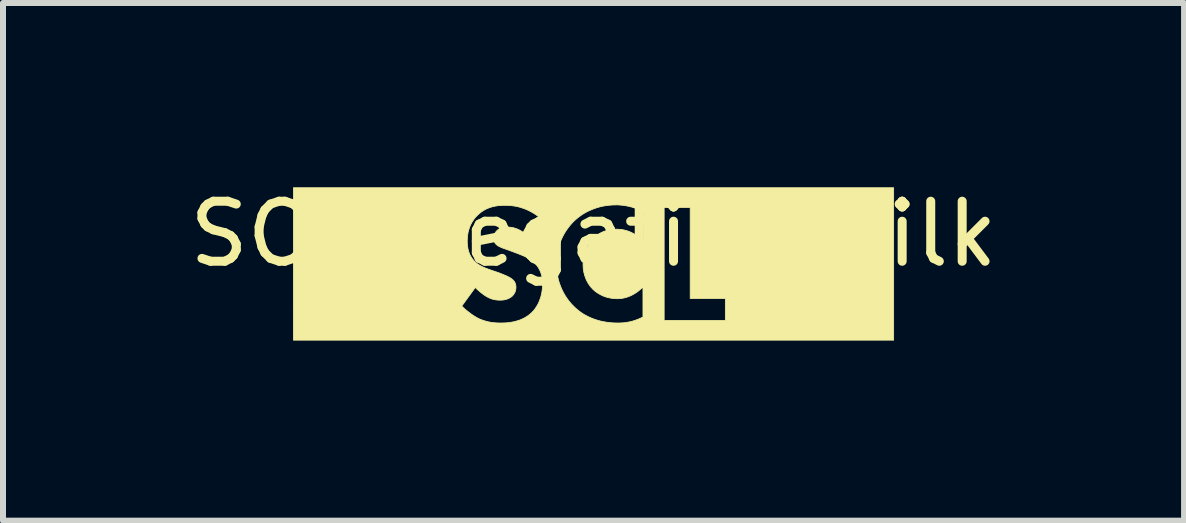
<source format=kicad_pcb>
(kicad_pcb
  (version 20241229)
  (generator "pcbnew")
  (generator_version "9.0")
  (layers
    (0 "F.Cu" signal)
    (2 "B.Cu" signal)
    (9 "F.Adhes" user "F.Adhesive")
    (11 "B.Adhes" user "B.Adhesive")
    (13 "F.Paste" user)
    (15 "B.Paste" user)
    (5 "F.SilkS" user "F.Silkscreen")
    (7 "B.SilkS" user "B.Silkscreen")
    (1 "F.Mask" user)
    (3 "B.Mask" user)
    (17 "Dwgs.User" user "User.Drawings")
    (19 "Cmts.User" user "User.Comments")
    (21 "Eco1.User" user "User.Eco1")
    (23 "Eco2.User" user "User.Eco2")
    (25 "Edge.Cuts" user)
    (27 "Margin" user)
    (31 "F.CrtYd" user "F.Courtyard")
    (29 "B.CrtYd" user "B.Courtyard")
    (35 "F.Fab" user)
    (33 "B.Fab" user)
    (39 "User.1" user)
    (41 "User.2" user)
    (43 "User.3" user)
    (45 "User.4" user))
  (footprint "SCL_Negative_Silk"
    (layer "F.Cu")
    (at 6.839 1.348)
    (property "Reference" "SCL_Negative_Silk" (at 0 -0.5 0) (unlocked yes) (layer "F.SilkS") (effects (font (size 1 1) (thickness 0.15))))
    (fp_poly (pts (xy 5.001 1.27) (xy -5 1.27) (xy -5 0.702) (xy -2.195 0.702) (xy -2.167 0.729) (xy -2.136 0.757) (xy -2.102 0.785) (xy -2.067 0.812) (xy -2.031 0.839) (xy -2.012 0.852) (xy -1.994 0.864) (xy -1.975 0.875) (xy -1.957 0.887) (xy -1.938 0.897) (xy -1.92 0.907) (xy -1.898 0.917) (xy -1.875 0.926) (xy -1.853 0.935) (xy -1.83 0.943) (xy -1.807 0.95) (xy -1.785 0.956) (xy -1.762 0.962) (xy -1.739 0.967) (xy -1.715 0.971) (xy -1.692 0.975) (xy -1.668 0.978) (xy -1.644 0.98) (xy -1.62 0.982) (xy -1.596 0.983) (xy -1.571 0.984) (xy -1.546 0.984) (xy -1.495 0.983) (xy -1.466 0.982) (xy -1.434 0.979) (xy -1.401 0.976) (xy -1.367 0.97) (xy -1.332 0.964) (xy -1.296 0.955) (xy -1.259 0.944) (xy -1.222 0.932) (xy -1.186 0.916) (xy -1.149 0.898) (xy -1.114 0.877) (xy -1.096 0.865) (xy -1.079 0.853) (xy -1.062 0.839) (xy -1.046 0.825) (xy -1.029 0.81) (xy -1.014 0.794) (xy -0.995 0.774) (xy -0.978 0.752) (xy -0.962 0.729) (xy -0.946 0.705) (xy -0.931 0.679) (xy -0.918 0.653) (xy -0.905 0.625) (xy -0.894 0.595) (xy -0.883 0.565) (xy -0.874 0.534) (xy -0.866 0.501) (xy -0.86 0.468) (xy -0.855 0.434) (xy -0.851 0.4) (xy -0.849 0.364) (xy -0.848 0.328) (xy -0.848 0.307) (xy -0.849 0.286) (xy -0.851 0.264) (xy -0.854 0.242) (xy -0.858 0.22) (xy -0.863 0.197) (xy -0.868 0.175) (xy -0.876 0.152) (xy -0.884 0.13) (xy -0.894 0.107) (xy -0.905 0.085) (xy -0.918 0.063) (xy -0.932 0.041) (xy -0.948 0.02) (xy -0.966 -0.001) (xy -0.968 -0.004) (xy -0.619 -0.004) (xy -0.617 0.052) (xy -0.613 0.107) (xy -0.606 0.16) (xy -0.597 0.212) (xy -0.585 0.262) (xy -0.571 0.311) (xy -0.554 0.358) (xy -0.536 0.404) (xy -0.515 0.449) (xy -0.493 0.491) (xy -0.469 0.532) (xy -0.443 0.571) (xy -0.416 0.609) (xy -0.387 0.644) (xy -0.357 0.678) (xy -0.326 0.709) (xy -0.296 0.738) (xy -0.264 0.765) (xy -0.23 0.792) (xy -0.194 0.818) (xy -0.156 0.842) (xy -0.115 0.864) (xy -0.073 0.885) (xy -0.028 0.905) (xy 0.018 0.922) (xy 0.067 0.938) (xy 0.119 0.952) (xy 0.172 0.963) (xy 0.228 0.972) (xy 0.287 0.979) (xy 0.348 0.983) (xy 0.412 0.984) (xy 0.455 0.983) (xy 0.501 0.98) (xy 0.525 0.978) (xy 0.549 0.974) (xy 0.574 0.97) (xy 0.6 0.965) (xy 0.626 0.959) (xy 0.653 0.952) (xy 0.681 0.943) (xy 0.684 0.942) (xy 1.177 0.942) (xy 2.197 0.942) (xy 2.197 0.575) (xy 1.611 0.575) (xy 1.611 -0.942) (xy 1.177 -0.942) (xy 1.177 0.942) (xy 0.684 0.942) (xy 0.709 0.934) (xy 0.738 0.923) (xy 0.767 0.911) (xy 0.797 0.897) (xy 0.821 0.885) (xy 0.824 0.885) (xy 0.828 0.882) (xy 0.824 0.884) (xy 0.824 0.885) (xy 0.821 0.885) (xy 0.824 0.884) (xy 0.824 0.385) (xy 0.793 0.413) (xy 0.763 0.439) (xy 0.733 0.463) (xy 0.703 0.483) (xy 0.674 0.501) (xy 0.645 0.517) (xy 0.617 0.531) (xy 0.589 0.542) (xy 0.562 0.552) (xy 0.536 0.56) (xy 0.51 0.566) (xy 0.486 0.571) (xy 0.461 0.575) (xy 0.438 0.577) (xy 0.416 0.578) (xy 0.394 0.579) (xy 0.373 0.578) (xy 0.352 0.577) (xy 0.332 0.576) (xy 0.312 0.573) (xy 0.293 0.571) (xy 0.275 0.567) (xy 0.257 0.563) (xy 0.239 0.559) (xy 0.222 0.555) (xy 0.206 0.55) (xy 0.19 0.544) (xy 0.175 0.539) (xy 0.16 0.533) (xy 0.146 0.527) (xy 0.133 0.52) (xy 0.12 0.514) (xy 0.095 0.5) (xy 0.073 0.487) (xy 0.053 0.474) (xy 0.036 0.461) (xy 0.02 0.449) (xy 0.007 0.438) (xy -0.003 0.428) (xy -0.012 0.42) (xy -0.027 0.403) (xy -0.043 0.386) (xy -0.058 0.367) (xy -0.073 0.346) (xy -0.087 0.325) (xy -0.1 0.302) (xy -0.113 0.278) (xy -0.125 0.253) (xy -0.135 0.226) (xy -0.145 0.198) (xy -0.153 0.169) (xy -0.161 0.139) (xy -0.166 0.107) (xy -0.171 0.074) (xy -0.173 0.039) (xy -0.174 0.004) (xy -0.173 -0.03) (xy -0.171 -0.063) (xy -0.167 -0.095) (xy -0.161 -0.126) (xy -0.154 -0.156) (xy -0.146 -0.186) (xy -0.136 -0.215) (xy -0.125 -0.243) (xy -0.113 -0.27) (xy -0.1 -0.296) (xy -0.085 -0.321) (xy -0.07 -0.345) (xy -0.053 -0.368) (xy -0.036 -0.39) (xy -0.017 -0.411) (xy 0.002 -0.43) (xy 0.021 -0.448) (xy 0.041 -0.465) (xy 0.061 -0.481) (xy 0.082 -0.495) (xy 0.103 -0.509) (xy 0.126 -0.521) (xy 0.149 -0.532) (xy 0.172 -0.542) (xy 0.196 -0.55) (xy 0.222 -0.558) (xy 0.247 -0.564) (xy 0.274 -0.569) (xy 0.301 -0.573) (xy 0.329 -0.576) (xy 0.358 -0.578) (xy 0.387 -0.579) (xy 0.406 -0.578) (xy 0.424 -0.577) (xy 0.442 -0.576) (xy 0.46 -0.574) (xy 0.477 -0.572) (xy 0.494 -0.569) (xy 0.511 -0.565) (xy 0.527 -0.562) (xy 0.543 -0.557) (xy 0.559 -0.553) (xy 0.59 -0.542) (xy 0.619 -0.53) (xy 0.647 -0.516) (xy 0.674 -0.502) (xy 0.7 -0.486) (xy 0.724 -0.469) (xy 0.747 -0.452) (xy 0.769 -0.434) (xy 0.79 -0.415) (xy 0.809 -0.397) (xy 0.828 -0.377) (xy 0.828 -0.878) (xy 0.794 -0.893) (xy 0.761 -0.906) (xy 0.729 -0.918) (xy 0.697 -0.929) (xy 0.667 -0.939) (xy 0.637 -0.948) (xy 0.608 -0.955) (xy 0.58 -0.962) (xy 0.552 -0.967) (xy 0.525 -0.972) (xy 0.499 -0.976) (xy 0.473 -0.979) (xy 0.448 -0.981) (xy 0.424 -0.983) (xy 0.4 -0.984) (xy 0.376 -0.984) (xy 0.322 -0.983) (xy 0.269 -0.979) (xy 0.217 -0.973) (xy 0.166 -0.965) (xy 0.117 -0.954) (xy 0.069 -0.941) (xy 0.023 -0.926) (xy -0.022 -0.909) (xy -0.066 -0.89) (xy -0.108 -0.87) (xy -0.148 -0.848) (xy -0.187 -0.824) (xy -0.224 -0.798) (xy -0.26 -0.771) (xy -0.294 -0.742) (xy -0.326 -0.713) (xy -0.357 -0.681) (xy -0.387 -0.647) (xy -0.416 -0.611) (xy -0.443 -0.574) (xy -0.469 -0.535) (xy -0.493 -0.494) (xy -0.515 -0.452) (xy -0.536 -0.408) (xy -0.554 -0.363) (xy -0.571 -0.316) (xy -0.585 -0.267) (xy -0.597 -0.218) (xy -0.606 -0.166) (xy -0.613 -0.113) (xy -0.617 -0.059) (xy -0.619 -0.004) (xy -0.968 -0.004) (xy -0.985 -0.021) (xy -1 -0.034) (xy -1.014 -0.046) (xy -1.03 -0.058) (xy -1.045 -0.069) (xy -1.062 -0.08) (xy -1.078 -0.09) (xy -1.095 -0.099) (xy -1.112 -0.108) (xy -1.128 -0.117) (xy -1.145 -0.125) (xy -1.179 -0.14) (xy -1.212 -0.153) (xy -1.243 -0.166) (xy -1.384 -0.219) (xy -1.468 -0.249) (xy -1.503 -0.261) (xy -1.518 -0.267) (xy -1.533 -0.273) (xy -1.546 -0.279) (xy -1.559 -0.285) (xy -1.571 -0.29) (xy -1.582 -0.297) (xy -1.592 -0.303) (xy -1.602 -0.31) (xy -1.612 -0.317) (xy -1.62 -0.325) (xy -1.626 -0.33) (xy -1.63 -0.335) (xy -1.635 -0.341) (xy -1.639 -0.347) (xy -1.643 -0.352) (xy -1.646 -0.358) (xy -1.649 -0.365) (xy -1.652 -0.371) (xy -1.655 -0.377) (xy -1.657 -0.384) (xy -1.659 -0.391) (xy -1.66 -0.398) (xy -1.661 -0.406) (xy -1.662 -0.414) (xy -1.663 -0.422) (xy -1.663 -0.43) (xy -1.662 -0.44) (xy -1.662 -0.449) (xy -1.661 -0.457) (xy -1.659 -0.466) (xy -1.657 -0.474) (xy -1.655 -0.483) (xy -1.652 -0.491) (xy -1.649 -0.498) (xy -1.645 -0.506) (xy -1.641 -0.513) (xy -1.637 -0.52) (xy -1.633 -0.527) (xy -1.628 -0.533) (xy -1.624 -0.539) (xy -1.619 -0.545) (xy -1.613 -0.55) (xy -1.609 -0.555) (xy -1.604 -0.56) (xy -1.599 -0.565) (xy -1.594 -0.569) (xy -1.583 -0.577) (xy -1.572 -0.584) (xy -1.561 -0.59) (xy -1.549 -0.595) (xy -1.538 -0.6) (xy -1.526 -0.603) (xy -1.513 -0.606) (xy -1.501 -0.609) (xy -1.489 -0.61) (xy -1.477 -0.612) (xy -1.465 -0.613) (xy -1.453 -0.613) (xy -1.43 -0.614) (xy -1.406 -0.613) (xy -1.392 -0.612) (xy -1.376 -0.611) (xy -1.36 -0.608) (xy -1.342 -0.605) (xy -1.323 -0.6) (xy -1.303 -0.594) (xy -1.282 -0.587) (xy -1.26 -0.578) (xy -1.237 -0.567) (xy -1.214 -0.554) (xy -1.189 -0.539) (xy -1.164 -0.522) (xy -1.139 -0.502) (xy -1.112 -0.48) (xy -1.112 -0.473) (xy -0.918 -0.79) (xy -0.959 -0.82) (xy -1 -0.846) (xy -1.04 -0.869) (xy -1.079 -0.889) (xy -1.118 -0.907) (xy -1.156 -0.922) (xy -1.194 -0.935) (xy -1.23 -0.946) (xy -1.265 -0.955) (xy -1.3 -0.962) (xy -1.333 -0.967) (xy -1.364 -0.971) (xy -1.395 -0.974) (xy -1.423 -0.976) (xy -1.476 -0.977) (xy -1.509 -0.977) (xy -1.541 -0.975) (xy -1.573 -0.973) (xy -1.604 -0.969) (xy -1.635 -0.964) (xy -1.665 -0.958) (xy -1.695 -0.95) (xy -1.724 -0.941) (xy -1.753 -0.93) (xy -1.782 -0.918) (xy -1.81 -0.904) (xy -1.837 -0.888) (xy -1.864 -0.87) (xy -1.89 -0.85) (xy -1.916 -0.828) (xy -1.941 -0.804) (xy -1.962 -0.782) (xy -1.981 -0.76) (xy -1.998 -0.736) (xy -2.014 -0.712) (xy -2.029 -0.688) (xy -2.042 -0.663) (xy -2.054 -0.637) (xy -2.065 -0.611) (xy -2.074 -0.584) (xy -2.082 -0.557) (xy -2.089 -0.529) (xy -2.094 -0.501) (xy -2.098 -0.472) (xy -2.101 -0.442) (xy -2.103 -0.412) (xy -2.104 -0.381) (xy -2.103 -0.345) (xy -2.102 -0.326) (xy -2.1 -0.306) (xy -2.097 -0.286) (xy -2.094 -0.265) (xy -2.09 -0.244) (xy -2.084 -0.222) (xy -2.078 -0.201) (xy -2.07 -0.179) (xy -2.061 -0.157) (xy -2.05 -0.136) (xy -2.038 -0.115) (xy -2.024 -0.094) (xy -2.008 -0.073) (xy -1.991 -0.053) (xy -1.977 -0.039) (xy -1.963 -0.026) (xy -1.948 -0.013) (xy -1.933 -0.001) (xy -1.917 0.009) (xy -1.9 0.02) (xy -1.884 0.029) (xy -1.867 0.038) (xy -1.85 0.047) (xy -1.833 0.055) (xy -1.798 0.07) (xy -1.763 0.083) (xy -1.73 0.095) (xy -1.575 0.148) (xy -1.525 0.168) (xy -1.495 0.18) (xy -1.464 0.193) (xy -1.433 0.207) (xy -1.418 0.215) (xy -1.403 0.223) (xy -1.39 0.23) (xy -1.377 0.238) (xy -1.366 0.246) (xy -1.356 0.254) (xy -1.349 0.26) (xy -1.342 0.266) (xy -1.336 0.273) (xy -1.33 0.279) (xy -1.324 0.286) (xy -1.319 0.294) (xy -1.314 0.301) (xy -1.31 0.309) (xy -1.306 0.317) (xy -1.302 0.326) (xy -1.299 0.335) (xy -1.297 0.345) (xy -1.295 0.355) (xy -1.293 0.365) (xy -1.293 0.376) (xy -1.292 0.388) (xy -1.292 0.395) (xy -1.293 0.401) (xy -1.293 0.407) (xy -1.294 0.414) (xy -1.295 0.42) (xy -1.295 0.426) (xy -1.297 0.431) (xy -1.298 0.437) (xy -1.299 0.443) (xy -1.301 0.448) (xy -1.304 0.459) (xy -1.308 0.469) (xy -1.313 0.478) (xy -1.317 0.488) (xy -1.323 0.496) (xy -1.328 0.505) (xy -1.334 0.513) (xy -1.34 0.52) (xy -1.346 0.527) (xy -1.353 0.534) (xy -1.359 0.54) (xy -1.371 0.549) (xy -1.384 0.558) (xy -1.396 0.565) (xy -1.409 0.572) (xy -1.422 0.578) (xy -1.435 0.583) (xy -1.448 0.588) (xy -1.461 0.591) (xy -1.474 0.595) (xy -1.486 0.597) (xy -1.499 0.599) (xy -1.511 0.601) (xy -1.523 0.602) (xy -1.535 0.603) (xy -1.546 0.603) (xy -1.557 0.603) (xy -1.573 0.603) (xy -1.589 0.602) (xy -1.605 0.601) (xy -1.621 0.599) (xy -1.636 0.597) (xy -1.651 0.594) (xy -1.666 0.591) (xy -1.68 0.587) (xy -1.695 0.583) (xy -1.709 0.578) (xy -1.723 0.572) (xy -1.737 0.566) (xy -1.751 0.559) (xy -1.765 0.552) (xy -1.779 0.545) (xy -1.793 0.536) (xy -1.803 0.53) (xy -1.814 0.523) (xy -1.825 0.515) (xy -1.836 0.507) (xy -1.859 0.49) (xy -1.883 0.471) (xy -1.906 0.451) (xy -1.929 0.431) (xy -1.95 0.411) (xy -1.97 0.392) (xy -2.195 0.702) (xy -5 0.702) (xy -5 -1.27) (xy 5.001 -1.27)) (stroke (width 0.013) (type solid)) (fill yes) (layer "F.SilkS")))
  (gr_rect
    (start -3 -3)
    (end 16.679 5.625)
    (stroke (width 0.1) (type default))
    (fill no)
    (layer "Edge.Cuts")))
</source>
